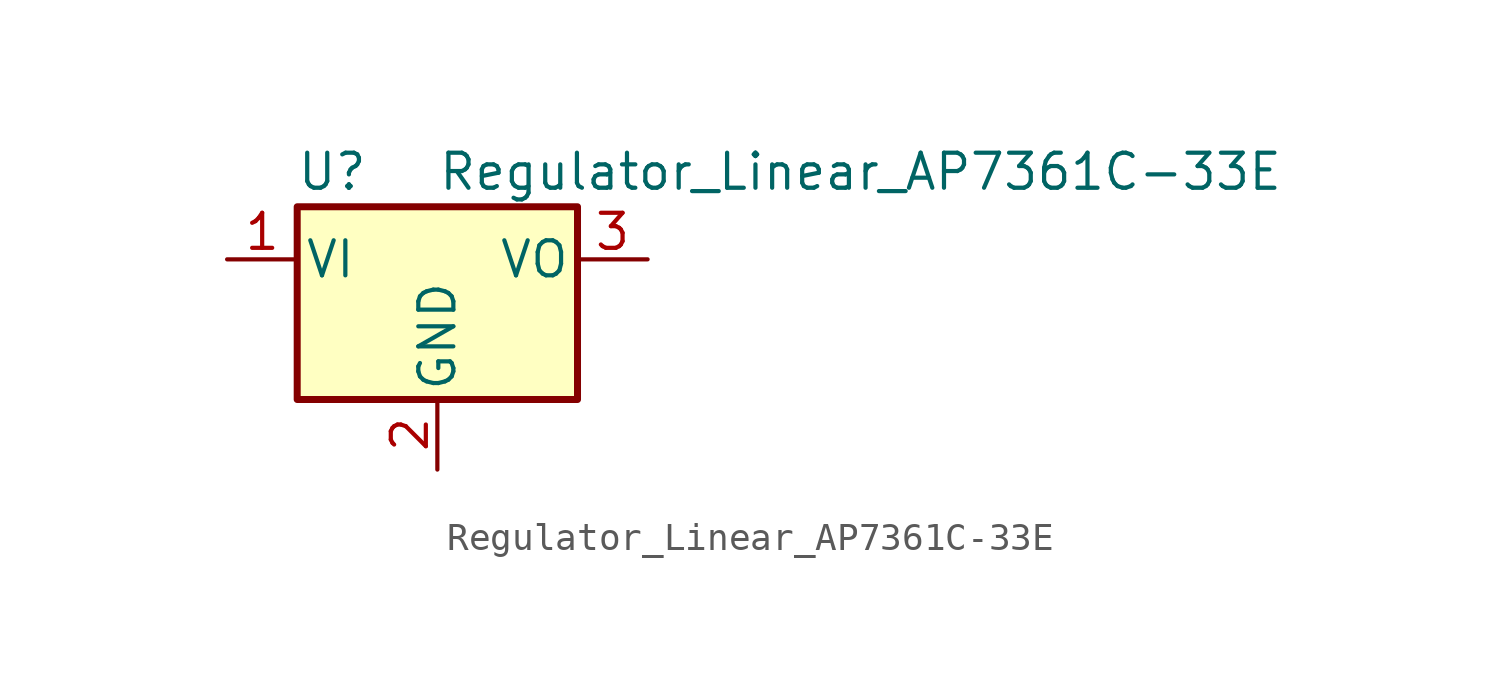
<source format=kicad_sym>
(kicad_symbol_lib
  (version 20220914)
  (generator kicad_symbol_editor)
  (symbol "Regulator_Linear_AP7361C-33E"
    (pin_names
      (offset 0.254))
    (property "Reference" "U"
      (at -3.81 3.175 0)
      (effects (font (size 1.27 1.27))))
    (property "Value" "Regulator_Linear_AP7361C-33E"
      (at 0 3.175 0)
      (effects (font (size 1.27 1.27)) (justify left)))
    (symbol "Regulator_Linear_AP7361C-33E_0_1"
      (rectangle (start -5.08 -5.08) (end 5.08 1.905) (stroke (width 0.254) (type solid)) (fill (type background))))
    (symbol "Regulator_Linear_AP7361C-33E_1_1"
      (pin power_in line (at -7.62 0 0) (length 2.54) (name "VI" (effects (font (size 1.27 1.27)))) (number "1" (effects (font (size 1.27 1.27)))))
      (pin power_in line (at 0 -7.62 90) (length 2.54) (name "GND" (effects (font (size 1.27 1.27)))) (number "2" (effects (font (size 1.27 1.27)))))
      (pin power_out line (at 7.62 0 180) (length 2.54) (name "VO" (effects (font (size 1.27 1.27)))) (number "3" (effects (font (size 1.27 1.27))))))))
</source>
